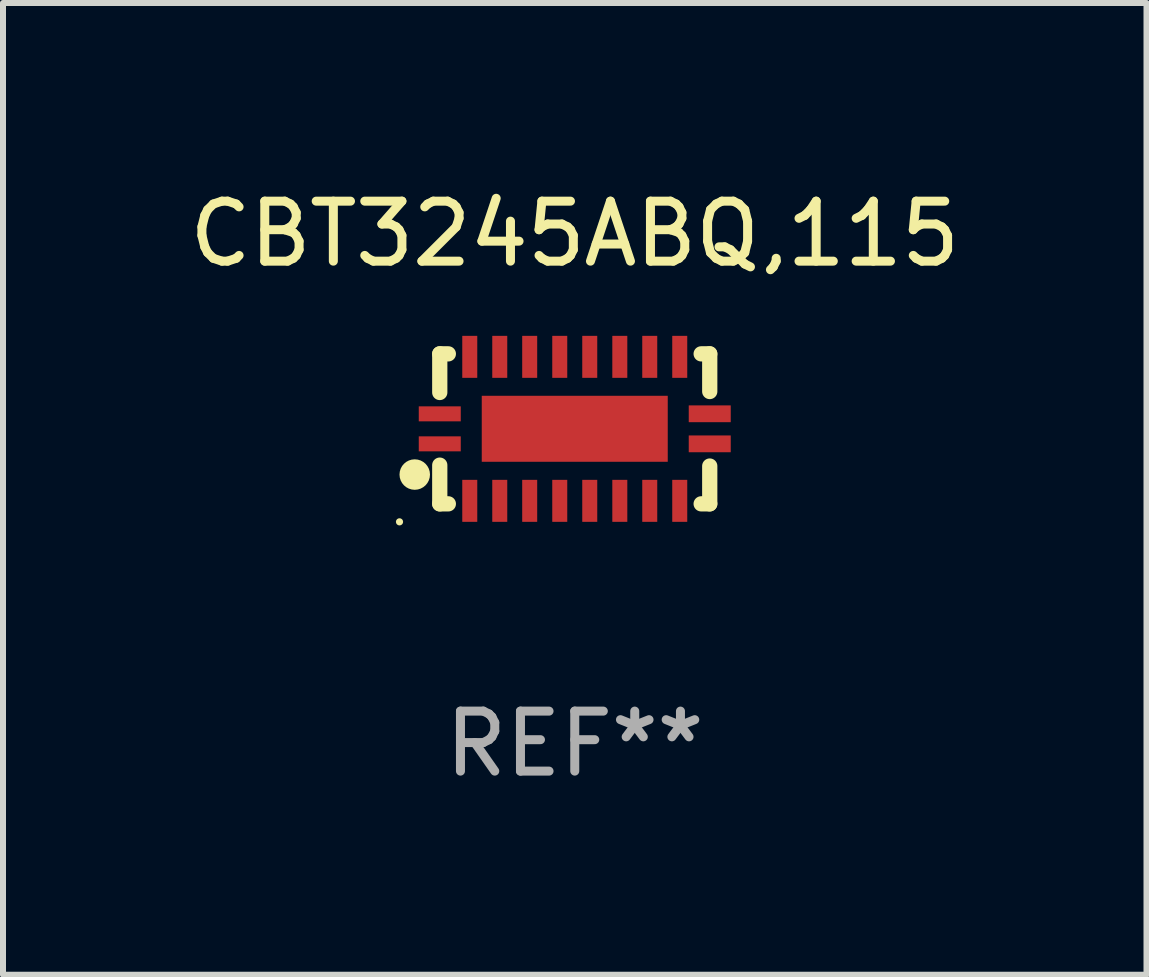
<source format=kicad_pcb>
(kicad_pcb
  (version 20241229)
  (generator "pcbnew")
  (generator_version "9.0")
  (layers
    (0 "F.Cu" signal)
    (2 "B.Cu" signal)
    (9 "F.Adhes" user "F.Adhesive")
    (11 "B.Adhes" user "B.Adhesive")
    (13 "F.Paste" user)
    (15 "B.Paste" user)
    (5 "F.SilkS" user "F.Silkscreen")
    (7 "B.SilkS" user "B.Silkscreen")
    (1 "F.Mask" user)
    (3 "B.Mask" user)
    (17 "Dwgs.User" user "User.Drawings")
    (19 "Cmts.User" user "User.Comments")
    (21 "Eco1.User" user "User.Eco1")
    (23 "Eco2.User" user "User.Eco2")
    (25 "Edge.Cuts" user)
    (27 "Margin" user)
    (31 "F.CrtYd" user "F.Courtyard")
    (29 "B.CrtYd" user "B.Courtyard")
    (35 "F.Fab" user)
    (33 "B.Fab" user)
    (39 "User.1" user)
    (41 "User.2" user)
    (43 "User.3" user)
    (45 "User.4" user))
  (footprint "CBT3245ABQ,115"
    (layer "F.Cu")
    (at 6.53 4.098)
    (property "Reference" "CBT3245ABQ,115" (at 0 -3.25 0) (layer "F.SilkS") (effects (font (size 1 1) (thickness 0.15))))
    (attr through_hole)
    (fp_line (start -2.25 0.605) (end -2.25 1.25) (stroke (width 0.254) (type solid)) (layer "F.SilkS"))
    (fp_line (start -2.25 1.25) (end -2.107 1.25) (stroke (width 0.254) (type solid)) (layer "F.SilkS"))
    (fp_line (start -2.25 -1.25) (end -2.25 -0.606) (stroke (width 0.254) (type solid)) (layer "F.SilkS"))
    (fp_line (start -2.25 -1.25) (end -2.107 -1.25) (stroke (width 0.254) (type solid)) (layer "F.SilkS"))
    (fp_line (start 2.107 -1.25) (end 2.25 -1.25) (stroke (width 0.254) (type solid)) (layer "F.SilkS"))
    (fp_line (start 2.107 1.25) (end 2.25 1.25) (stroke (width 0.254) (type solid)) (layer "F.SilkS"))
    (fp_line (start 2.25 -1.25) (end 2.25 -0.622) (stroke (width 0.254) (type solid)) (layer "F.SilkS"))
    (fp_line (start 2.25 0.62) (end 2.25 1.25) (stroke (width 0.254) (type solid)) (layer "F.SilkS"))
    (fp_circle (center -2.921 1.55) (end -2.891 1.55) (stroke (width 0.06) (type solid)) (fill no) (layer "F.SilkS"))
    (fp_circle (center -2.667 0.762) (end -2.54 0.762) (stroke (width 0.254) (type solid)) (fill no) (layer "F.SilkS"))
    (fp_text user "REF**" (at 0 5.25 0) (layer "F.Fab") (effects (font (size 1 1) (thickness 0.15))))
    (pad "1" smd rect (at -2.25 0.25 180) (size 0.7 0.25) (layers "F.Cu" "F.Mask" "F.Paste"))
    (pad "2" smd rect (at -1.75 1.2 90) (size 0.7 0.25) (layers "F.Cu" "F.Mask" "F.Paste"))
    (pad "3" smd rect (at -1.25 1.2 90) (size 0.7 0.25) (layers "F.Cu" "F.Mask" "F.Paste"))
    (pad "4" smd rect (at -0.751 1.2 90) (size 0.7 0.25) (layers "F.Cu" "F.Mask" "F.Paste"))
    (pad "5" smd rect (at -0.25 1.2 90) (size 0.7 0.25) (layers "F.Cu" "F.Mask" "F.Paste"))
    (pad "6" smd rect (at 0.25 1.2 90) (size 0.7 0.25) (layers "F.Cu" "F.Mask" "F.Paste"))
    (pad "7" smd rect (at 0.751 1.2 90) (size 0.7 0.25) (layers "F.Cu" "F.Mask" "F.Paste"))
    (pad "8" smd rect (at 1.25 1.2 90) (size 0.7 0.25) (layers "F.Cu" "F.Mask" "F.Paste"))
    (pad "9" smd rect (at 1.75 1.2 90) (size 0.7 0.25) (layers "F.Cu" "F.Mask" "F.Paste"))
    (pad "10" smd rect (at 2.25 0.25 180) (size 0.7 0.28) (layers "F.Cu" "F.Mask" "F.Paste"))
    (pad "11" smd rect (at 2.25 -0.251 180) (size 0.7 0.28) (layers "F.Cu" "F.Mask" "F.Paste"))
    (pad "12" smd rect (at 1.75 -1.2 90) (size 0.7 0.25) (layers "F.Cu" "F.Mask" "F.Paste"))
    (pad "13" smd rect (at 1.25 -1.2 90) (size 0.7 0.25) (layers "F.Cu" "F.Mask" "F.Paste"))
    (pad "14" smd rect (at 0.751 -1.2 90) (size 0.7 0.25) (layers "F.Cu" "F.Mask" "F.Paste"))
    (pad "15" smd rect (at 0.25 -1.2 90) (size 0.7 0.25) (layers "F.Cu" "F.Mask" "F.Paste"))
    (pad "16" smd rect (at -0.25 -1.2 90) (size 0.7 0.25) (layers "F.Cu" "F.Mask" "F.Paste"))
    (pad "17" smd rect (at -0.751 -1.2 90) (size 0.7 0.25) (layers "F.Cu" "F.Mask" "F.Paste"))
    (pad "18" smd rect (at -1.25 -1.2 90) (size 0.7 0.25) (layers "F.Cu" "F.Mask" "F.Paste"))
    (pad "19" smd rect (at -1.75 -1.2 90) (size 0.7 0.25) (layers "F.Cu" "F.Mask" "F.Paste"))
    (pad "20" smd rect (at -2.25 -0.25 180) (size 0.7 0.25) (layers "F.Cu" "F.Mask" "F.Paste"))
    (pad "21" smd rect (at 0 -0.001 180) (size 3.1 1.1) (layers "F.Cu" "F.Mask" "F.Paste")))
  (gr_rect
    (start -3 -3)
    (end 16.06 13.197)
    (stroke (width 0.1) (type default))
    (fill no)
    (layer "Edge.Cuts")))
</source>
